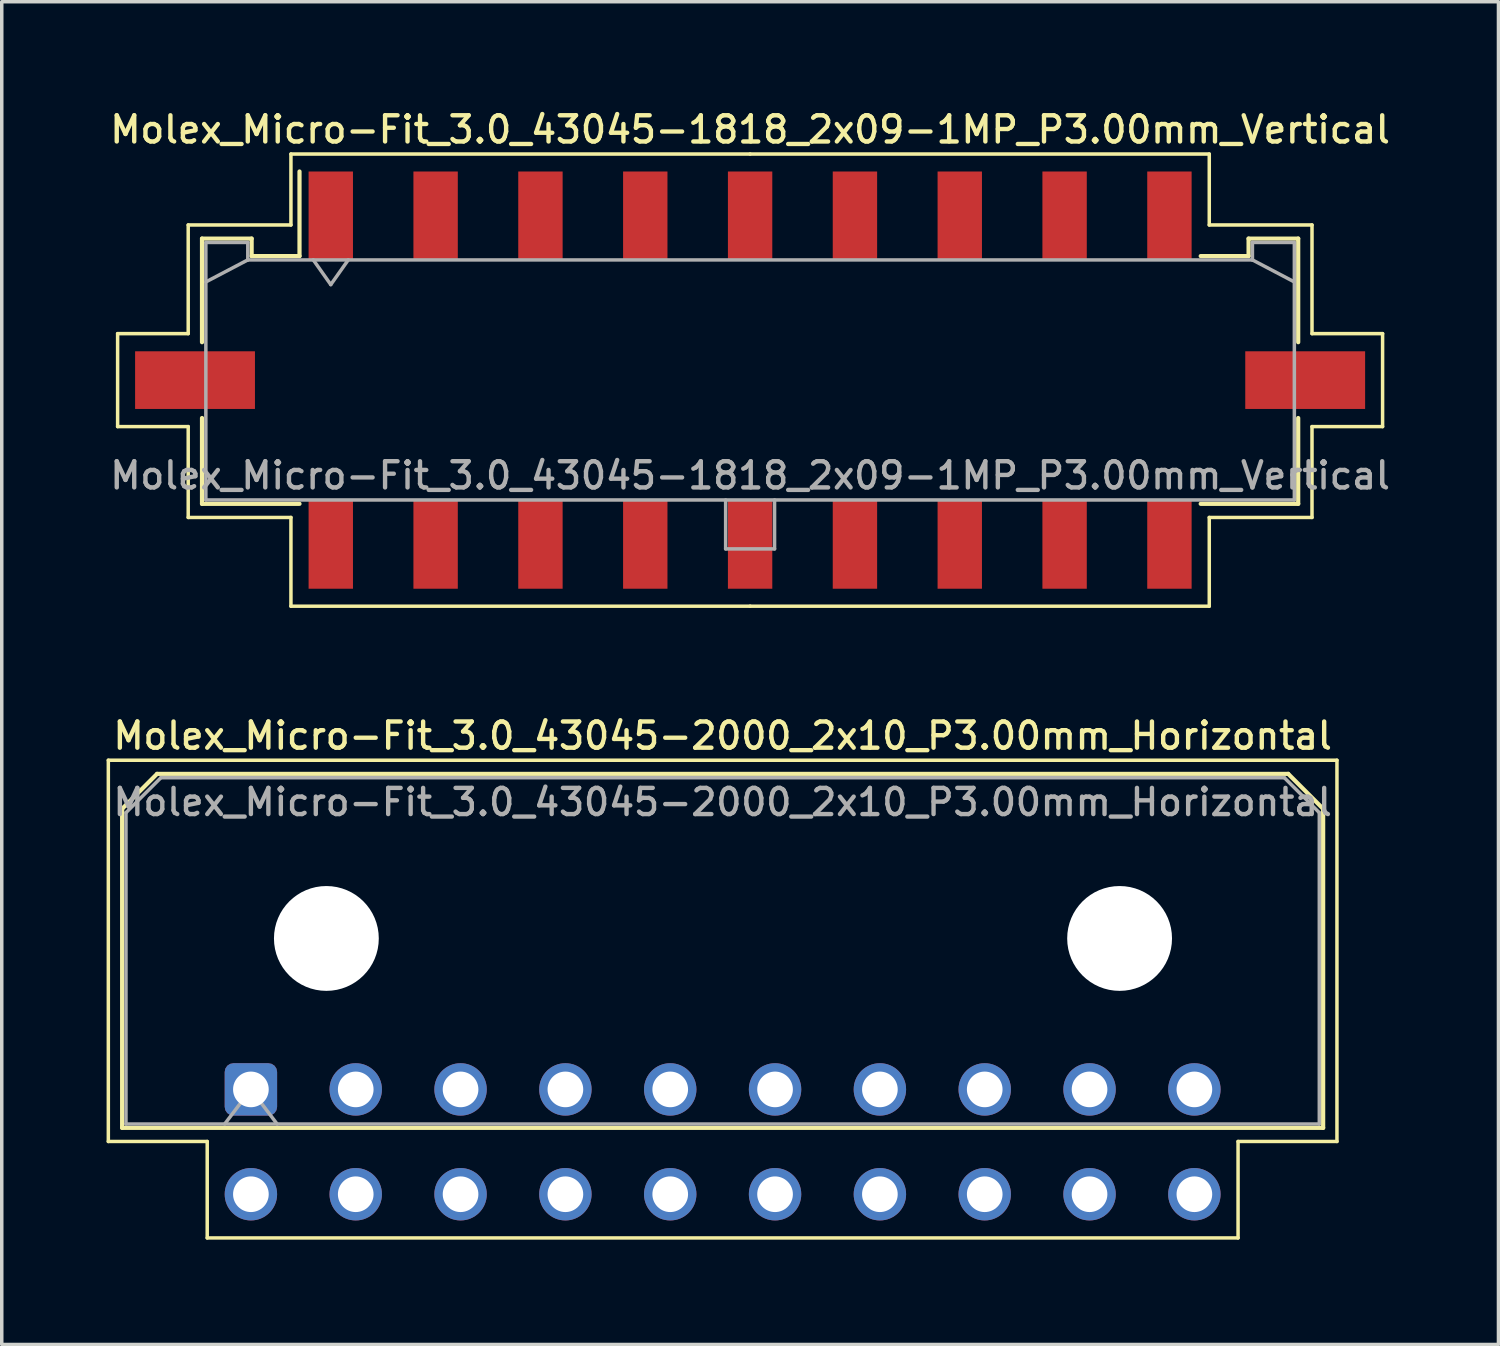
<source format=kicad_pcb>
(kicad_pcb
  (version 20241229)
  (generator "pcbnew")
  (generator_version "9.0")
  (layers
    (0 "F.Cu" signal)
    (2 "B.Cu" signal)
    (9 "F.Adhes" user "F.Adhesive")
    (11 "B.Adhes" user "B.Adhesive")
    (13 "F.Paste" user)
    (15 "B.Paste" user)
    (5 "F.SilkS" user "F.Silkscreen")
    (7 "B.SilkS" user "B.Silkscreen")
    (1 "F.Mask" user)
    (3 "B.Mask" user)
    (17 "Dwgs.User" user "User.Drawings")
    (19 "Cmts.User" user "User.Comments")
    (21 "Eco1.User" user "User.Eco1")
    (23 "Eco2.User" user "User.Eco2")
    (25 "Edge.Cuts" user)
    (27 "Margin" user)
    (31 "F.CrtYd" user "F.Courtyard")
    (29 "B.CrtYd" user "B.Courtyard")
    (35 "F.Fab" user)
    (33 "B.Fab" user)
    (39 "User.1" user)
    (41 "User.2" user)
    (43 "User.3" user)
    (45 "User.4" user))
  (footprint "Molex_Micro-Fit_3.0_43045-2000_2x10_P3.00mm_Horizontal"
    (layer "F.Cu")
    (at 4.13 28.126)
    (property "Reference" "Molex_Micro-Fit_3.0_43045-2000_2x10_P3.00mm_Horizontal" (at 13.5 -10.12 0) (layer "F.SilkS") (effects (font (size 0.75 0.75) (thickness 0.125))))
    (attr through_hole)
    (fp_line (start -4.08 -9.42) (end 31.08 -9.42) (stroke (width 0.1) (type solid)) (layer "F.SilkS"))
    (fp_line (start -4.08 1.49) (end -4.08 -9.42) (stroke (width 0.1) (type solid)) (layer "F.SilkS"))
    (fp_line (start -3.685 -8.03) (end -2.685 -9.03) (stroke (width 0.12) (type solid)) (layer "F.SilkS"))
    (fp_line (start -3.685 1.1) (end -3.685 -8.03) (stroke (width 0.12) (type solid)) (layer "F.SilkS"))
    (fp_line (start -2.685 -9.03) (end 29.685 -9.03) (stroke (width 0.12) (type solid)) (layer "F.SilkS"))
    (fp_line (start -1.25 1.49) (end -4.08 1.49) (stroke (width 0.1) (type solid)) (layer "F.SilkS"))
    (fp_line (start -1.25 4.25) (end -1.25 1.49) (stroke (width 0.1) (type solid)) (layer "F.SilkS"))
    (fp_line (start 28.25 1.49) (end 28.25 4.25) (stroke (width 0.1) (type solid)) (layer "F.SilkS"))
    (fp_line (start 28.25 4.25) (end -1.25 4.25) (stroke (width 0.1) (type solid)) (layer "F.SilkS"))
    (fp_line (start 29.685 -9.03) (end 30.685 -8.03) (stroke (width 0.12) (type solid)) (layer "F.SilkS"))
    (fp_line (start 30.685 -8.03) (end 30.685 1.1) (stroke (width 0.12) (type solid)) (layer "F.SilkS"))
    (fp_line (start 30.685 1.1) (end -3.685 1.1) (stroke (width 0.12) (type solid)) (layer "F.SilkS"))
    (fp_line (start 31.08 -9.42) (end 31.08 1.49) (stroke (width 0.1) (type solid)) (layer "F.SilkS"))
    (fp_line (start 31.08 1.49) (end 28.25 1.49) (stroke (width 0.1) (type solid)) (layer "F.SilkS"))
    (fp_line (start -3.575 -7.92) (end -2.575 -8.92) (stroke (width 0.1) (type solid)) (layer "F.Fab"))
    (fp_line (start -3.575 0.99) (end -3.575 -7.92) (stroke (width 0.1) (type solid)) (layer "F.Fab"))
    (fp_line (start -2.575 -8.92) (end 29.575 -8.92) (stroke (width 0.1) (type solid)) (layer "F.Fab"))
    (fp_line (start -0.75 0.99) (end 0 0) (stroke (width 0.1) (type solid)) (layer "F.Fab"))
    (fp_line (start 0 0) (end 0.75 0.99) (stroke (width 0.1) (type solid)) (layer "F.Fab"))
    (fp_line (start 29.575 -8.92) (end 30.575 -7.92) (stroke (width 0.1) (type solid)) (layer "F.Fab"))
    (fp_line (start 30.575 -7.92) (end 30.575 0.99) (stroke (width 0.1) (type solid)) (layer "F.Fab"))
    (fp_line (start 30.575 0.99) (end -3.575 0.99) (stroke (width 0.1) (type solid)) (layer "F.Fab"))
    (fp_text user "${REFERENCE}" (at 13.5 -8.22 0) (layer "F.Fab") (effects (font (size 0.75 0.75) (thickness 0.125))))
    (pad "" np_thru_hole circle (at 2.16 -4.32) (size 3 3) (drill 3) (layers "*.Cu" "*.Mask"))
    (pad "" np_thru_hole circle (at 24.86 -4.32) (size 3 3) (drill 3) (layers "*.Cu" "*.Mask"))
    (pad "1" thru_hole roundrect (at 0 0) (size 1.5 1.5) (drill 1.02) (layers "*.Cu" "*.Mask") (roundrect_rratio 0.167))
    (pad "2" thru_hole circle (at 3 0) (size 1.5 1.5) (drill 1.02) (layers "*.Cu" "*.Mask"))
    (pad "3" thru_hole circle (at 6 0) (size 1.5 1.5) (drill 1.02) (layers "*.Cu" "*.Mask"))
    (pad "4" thru_hole circle (at 9 0) (size 1.5 1.5) (drill 1.02) (layers "*.Cu" "*.Mask"))
    (pad "5" thru_hole circle (at 12 0) (size 1.5 1.5) (drill 1.02) (layers "*.Cu" "*.Mask"))
    (pad "6" thru_hole circle (at 15 0) (size 1.5 1.5) (drill 1.02) (layers "*.Cu" "*.Mask"))
    (pad "7" thru_hole circle (at 18 0) (size 1.5 1.5) (drill 1.02) (layers "*.Cu" "*.Mask"))
    (pad "8" thru_hole circle (at 21 0) (size 1.5 1.5) (drill 1.02) (layers "*.Cu" "*.Mask"))
    (pad "9" thru_hole circle (at 24 0) (size 1.5 1.5) (drill 1.02) (layers "*.Cu" "*.Mask"))
    (pad "10" thru_hole circle (at 27 0) (size 1.5 1.5) (drill 1.02) (layers "*.Cu" "*.Mask"))
    (pad "11" thru_hole circle (at 0 3) (size 1.5 1.5) (drill 1.02) (layers "*.Cu" "*.Mask"))
    (pad "12" thru_hole circle (at 3 3) (size 1.5 1.5) (drill 1.02) (layers "*.Cu" "*.Mask"))
    (pad "13" thru_hole circle (at 6 3) (size 1.5 1.5) (drill 1.02) (layers "*.Cu" "*.Mask"))
    (pad "14" thru_hole circle (at 9 3) (size 1.5 1.5) (drill 1.02) (layers "*.Cu" "*.Mask"))
    (pad "15" thru_hole circle (at 12 3) (size 1.5 1.5) (drill 1.02) (layers "*.Cu" "*.Mask"))
    (pad "16" thru_hole circle (at 15 3) (size 1.5 1.5) (drill 1.02) (layers "*.Cu" "*.Mask"))
    (pad "17" thru_hole circle (at 18 3) (size 1.5 1.5) (drill 1.02) (layers "*.Cu" "*.Mask"))
    (pad "18" thru_hole circle (at 21 3) (size 1.5 1.5) (drill 1.02) (layers "*.Cu" "*.Mask"))
    (pad "19" thru_hole circle (at 24 3) (size 1.5 1.5) (drill 1.02) (layers "*.Cu" "*.Mask"))
    (pad "20" thru_hole circle (at 27 3) (size 1.5 1.5) (drill 1.02) (layers "*.Cu" "*.Mask")))
  (footprint "Molex_Micro-Fit_3.0_43045-1818_2x09-1MP_P3.00mm_Vertical"
    (layer "F.Cu")
    (at 18.416 7.828)
    (property "Reference" "Molex_Micro-Fit_3.0_43045-1818_2x09-1MP_P3.00mm_Vertical" (at 0 -7.17 0) (layer "F.SilkS") (effects (font (size 0.75 0.75) (thickness 0.125))))
    (attr smd)
    (fp_line (start -18.1 -1.33) (end -18.1 1.33) (stroke (width 0.1) (type solid)) (layer "F.SilkS"))
    (fp_line (start -18.1 1.33) (end -16.08 1.33) (stroke (width 0.1) (type solid)) (layer "F.SilkS"))
    (fp_line (start -16.08 -4.44) (end -16.08 -1.33) (stroke (width 0.1) (type solid)) (layer "F.SilkS"))
    (fp_line (start -16.08 -1.33) (end -18.1 -1.33) (stroke (width 0.1) (type solid)) (layer "F.SilkS"))
    (fp_line (start -16.08 1.33) (end -16.08 3.93) (stroke (width 0.1) (type solid)) (layer "F.SilkS"))
    (fp_line (start -16.08 3.93) (end -13.14 3.93) (stroke (width 0.1) (type solid)) (layer "F.SilkS"))
    (fp_line (start -15.685 -4.05) (end -14.265 -4.05) (stroke (width 0.12) (type solid)) (layer "F.SilkS"))
    (fp_line (start -15.685 -1.085) (end -15.685 -4.05) (stroke (width 0.12) (type solid)) (layer "F.SilkS"))
    (fp_line (start -15.685 1.085) (end -15.685 3.54) (stroke (width 0.12) (type solid)) (layer "F.SilkS"))
    (fp_line (start -15.685 3.54) (end -12.895 3.54) (stroke (width 0.12) (type solid)) (layer "F.SilkS"))
    (fp_line (start -14.265 -4.05) (end -14.265 -3.55) (stroke (width 0.12) (type solid)) (layer "F.SilkS"))
    (fp_line (start -14.265 -3.55) (end -12.895 -3.55) (stroke (width 0.12) (type solid)) (layer "F.SilkS"))
    (fp_line (start -13.14 -6.47) (end -13.14 -4.44) (stroke (width 0.1) (type solid)) (layer "F.SilkS"))
    (fp_line (start -13.14 -4.44) (end -16.08 -4.44) (stroke (width 0.1) (type solid)) (layer "F.SilkS"))
    (fp_line (start -13.14 3.93) (end -13.14 6.47) (stroke (width 0.1) (type solid)) (layer "F.SilkS"))
    (fp_line (start -13.14 6.47) (end 0 6.47) (stroke (width 0.1) (type solid)) (layer "F.SilkS"))
    (fp_line (start -12.895 -3.55) (end -12.895 -5.97) (stroke (width 0.12) (type solid)) (layer "F.SilkS"))
    (fp_line (start 0 -6.47) (end -13.14 -6.47) (stroke (width 0.1) (type solid)) (layer "F.SilkS"))
    (fp_line (start 0 -6.47) (end 13.14 -6.47) (stroke (width 0.1) (type solid)) (layer "F.SilkS"))
    (fp_line (start 13.14 -6.47) (end 13.14 -4.44) (stroke (width 0.1) (type solid)) (layer "F.SilkS"))
    (fp_line (start 13.14 -4.44) (end 16.08 -4.44) (stroke (width 0.1) (type solid)) (layer "F.SilkS"))
    (fp_line (start 13.14 3.93) (end 13.14 6.47) (stroke (width 0.1) (type solid)) (layer "F.SilkS"))
    (fp_line (start 13.14 6.47) (end 0 6.47) (stroke (width 0.1) (type solid)) (layer "F.SilkS"))
    (fp_line (start 14.265 -4.05) (end 14.265 -3.55) (stroke (width 0.12) (type solid)) (layer "F.SilkS"))
    (fp_line (start 14.265 -3.55) (end 12.895 -3.55) (stroke (width 0.12) (type solid)) (layer "F.SilkS"))
    (fp_line (start 15.685 -4.05) (end 14.265 -4.05) (stroke (width 0.12) (type solid)) (layer "F.SilkS"))
    (fp_line (start 15.685 -1.085) (end 15.685 -4.05) (stroke (width 0.12) (type solid)) (layer "F.SilkS"))
    (fp_line (start 15.685 1.085) (end 15.685 3.54) (stroke (width 0.12) (type solid)) (layer "F.SilkS"))
    (fp_line (start 15.685 3.54) (end 12.895 3.54) (stroke (width 0.12) (type solid)) (layer "F.SilkS"))
    (fp_line (start 16.08 -4.44) (end 16.08 -1.33) (stroke (width 0.1) (type solid)) (layer "F.SilkS"))
    (fp_line (start 16.08 -1.33) (end 18.1 -1.33) (stroke (width 0.1) (type solid)) (layer "F.SilkS"))
    (fp_line (start 16.08 1.33) (end 16.08 3.93) (stroke (width 0.1) (type solid)) (layer "F.SilkS"))
    (fp_line (start 16.08 3.93) (end 13.14 3.93) (stroke (width 0.1) (type solid)) (layer "F.SilkS"))
    (fp_line (start 18.1 -1.33) (end 18.1 1.33) (stroke (width 0.1) (type solid)) (layer "F.SilkS"))
    (fp_line (start 18.1 1.33) (end 16.08 1.33) (stroke (width 0.1) (type solid)) (layer "F.SilkS"))
    (fp_line (start -15.575 -3.94) (end -15.575 3.43) (stroke (width 0.1) (type solid)) (layer "F.Fab"))
    (fp_line (start -15.575 -2.81) (end -14.375 -3.44) (stroke (width 0.1) (type solid)) (layer "F.Fab"))
    (fp_line (start -15.575 3.43) (end 15.575 3.43) (stroke (width 0.1) (type solid)) (layer "F.Fab"))
    (fp_line (start -14.375 -3.94) (end -15.575 -3.94) (stroke (width 0.1) (type solid)) (layer "F.Fab"))
    (fp_line (start -14.375 -3.44) (end -14.375 -3.94) (stroke (width 0.1) (type solid)) (layer "F.Fab"))
    (fp_line (start -12.5 -3.44) (end -12 -2.733) (stroke (width 0.1) (type solid)) (layer "F.Fab"))
    (fp_line (start -12 -2.733) (end -11.5 -3.44) (stroke (width 0.1) (type solid)) (layer "F.Fab"))
    (fp_line (start -0.7 3.43) (end -0.7 4.83) (stroke (width 0.1) (type solid)) (layer "F.Fab"))
    (fp_line (start -0.7 4.83) (end 0.7 4.83) (stroke (width 0.1) (type solid)) (layer "F.Fab"))
    (fp_line (start 0.7 4.83) (end 0.7 3.43) (stroke (width 0.1) (type solid)) (layer "F.Fab"))
    (fp_line (start 14.375 -3.94) (end 14.375 -3.44) (stroke (width 0.1) (type solid)) (layer "F.Fab"))
    (fp_line (start 14.375 -3.44) (end -14.375 -3.44) (stroke (width 0.1) (type solid)) (layer "F.Fab"))
    (fp_line (start 15.575 -3.94) (end 14.375 -3.94) (stroke (width 0.1) (type solid)) (layer "F.Fab"))
    (fp_line (start 15.575 -2.81) (end 14.375 -3.44) (stroke (width 0.1) (type solid)) (layer "F.Fab"))
    (fp_line (start 15.575 3.43) (end 15.575 -3.94) (stroke (width 0.1) (type solid)) (layer "F.Fab"))
    (fp_text user "${REFERENCE}" (at 0 2.73 0) (layer "F.Fab") (effects (font (size 0.75 0.75) (thickness 0.125))))
    (pad "1" smd rect (at -12 -4.7) (size 1.27 2.54) (layers "F.Cu" "F.Mask" "F.Paste"))
    (pad "2" smd rect (at -9 -4.7) (size 1.27 2.54) (layers "F.Cu" "F.Mask" "F.Paste"))
    (pad "3" smd rect (at -6 -4.7) (size 1.27 2.54) (layers "F.Cu" "F.Mask" "F.Paste"))
    (pad "4" smd rect (at -3 -4.7) (size 1.27 2.54) (layers "F.Cu" "F.Mask" "F.Paste"))
    (pad "5" smd rect (at 0 -4.7) (size 1.27 2.54) (layers "F.Cu" "F.Mask" "F.Paste"))
    (pad "6" smd rect (at 3 -4.7) (size 1.27 2.54) (layers "F.Cu" "F.Mask" "F.Paste"))
    (pad "7" smd rect (at 6 -4.7) (size 1.27 2.54) (layers "F.Cu" "F.Mask" "F.Paste"))
    (pad "8" smd rect (at 9 -4.7) (size 1.27 2.54) (layers "F.Cu" "F.Mask" "F.Paste"))
    (pad "9" smd rect (at 12 -4.7) (size 1.27 2.54) (layers "F.Cu" "F.Mask" "F.Paste"))
    (pad "10" smd rect (at -12 4.7) (size 1.27 2.54) (layers "F.Cu" "F.Mask" "F.Paste"))
    (pad "11" smd rect (at -9 4.7) (size 1.27 2.54) (layers "F.Cu" "F.Mask" "F.Paste"))
    (pad "12" smd rect (at -6 4.7) (size 1.27 2.54) (layers "F.Cu" "F.Mask" "F.Paste"))
    (pad "13" smd rect (at -3 4.7) (size 1.27 2.54) (layers "F.Cu" "F.Mask" "F.Paste"))
    (pad "14" smd rect (at 0 4.7) (size 1.27 2.54) (layers "F.Cu" "F.Mask" "F.Paste"))
    (pad "15" smd rect (at 3 4.7) (size 1.27 2.54) (layers "F.Cu" "F.Mask" "F.Paste"))
    (pad "16" smd rect (at 6 4.7) (size 1.27 2.54) (layers "F.Cu" "F.Mask" "F.Paste"))
    (pad "17" smd rect (at 9 4.7) (size 1.27 2.54) (layers "F.Cu" "F.Mask" "F.Paste"))
    (pad "18" smd rect (at 12 4.7) (size 1.27 2.54) (layers "F.Cu" "F.Mask" "F.Paste"))
    (pad "MP" smd rect (at -15.885 0) (size 3.43 1.65) (layers "F.Cu" "F.Mask" "F.Paste"))
    (pad "MP" smd rect (at 15.885 0) (size 3.43 1.65) (layers "F.Cu" "F.Mask" "F.Paste")))
  (gr_rect
    (start -3 -3)
    (end 39.832 35.426)
    (stroke (width 0.1) (type default))
    (fill no)
    (layer "Edge.Cuts")))
</source>
